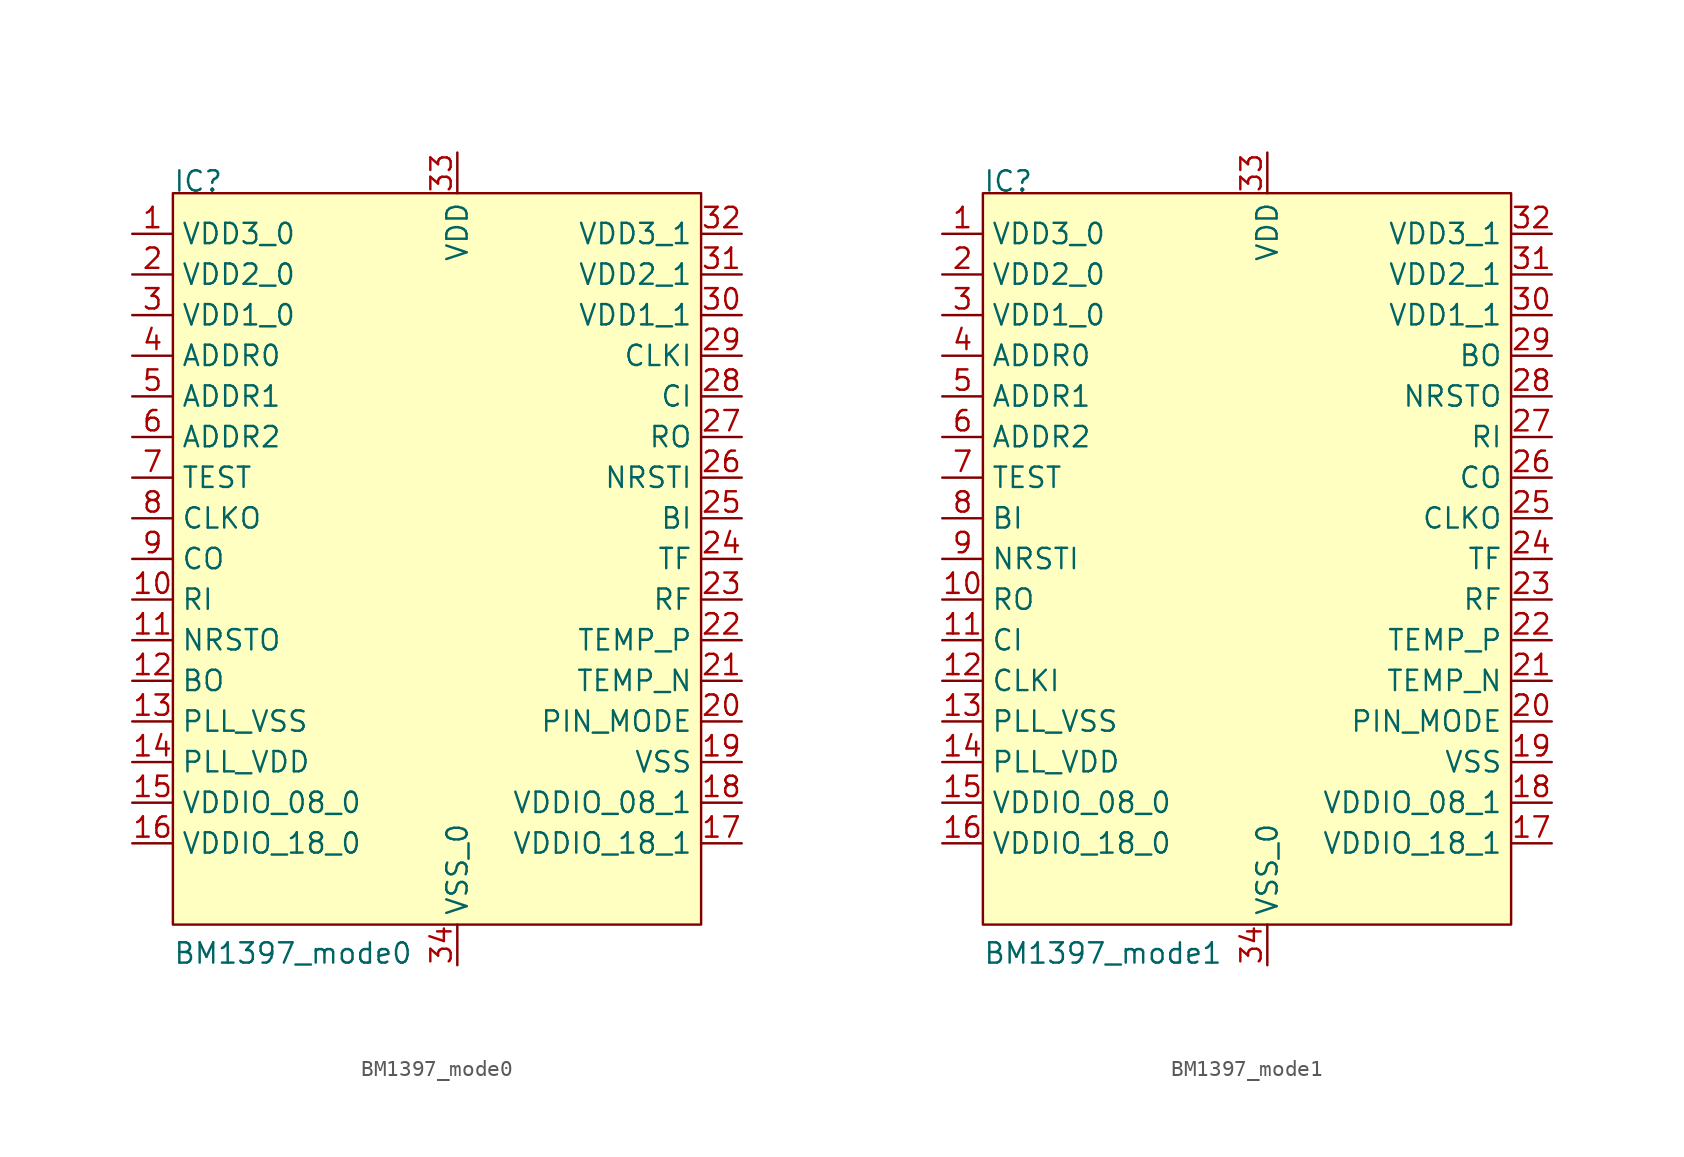
<source format=kicad_sym>
(kicad_symbol_lib
  (version 20211014)
  (generator kicad_symbol_editor)
  (symbol "BM1397_mode0"
    (property "Reference" "IC"
      (at -17.78 17.78 0)
      (effects (font (size 1.27 1.27)) (justify left bottom)))
    (property "Value" "BM1397_mode0"
      (at -17.78 -30.48 0)
      (effects (font (size 1.27 1.27)) (justify left bottom)))
    (symbol "BM1397_mode0_1_0"
      (pin bidirectional line (at -20.32 15.24 0) (length 2.54) (name "VDD3_0" (effects (font (size 1.27 1.27)))) (number "1" (effects (font (size 1.27 1.27)))))
      (pin bidirectional line (at -20.32 -7.62 0) (length 2.54) (name "RI" (effects (font (size 1.27 1.27)))) (number "10" (effects (font (size 1.27 1.27)))))
      (pin bidirectional line (at -20.32 -10.16 0) (length 2.54) (name "NRSTO" (effects (font (size 1.27 1.27)))) (number "11" (effects (font (size 1.27 1.27)))))
      (pin bidirectional line (at -20.32 -12.7 0) (length 2.54) (name "BO" (effects (font (size 1.27 1.27)))) (number "12" (effects (font (size 1.27 1.27)))))
      (pin bidirectional line (at -20.32 -15.24 0) (length 2.54) (name "PLL_VSS" (effects (font (size 1.27 1.27)))) (number "13" (effects (font (size 1.27 1.27)))))
      (pin bidirectional line (at -20.32 -17.78 0) (length 2.54) (name "PLL_VDD" (effects (font (size 1.27 1.27)))) (number "14" (effects (font (size 1.27 1.27)))))
      (pin bidirectional line (at -20.32 -20.32 0) (length 2.54) (name "VDDIO_08_0" (effects (font (size 1.27 1.27)))) (number "15" (effects (font (size 1.27 1.27)))))
      (pin bidirectional line (at -20.32 -22.86 0) (length 2.54) (name "VDDIO_18_0" (effects (font (size 1.27 1.27)))) (number "16" (effects (font (size 1.27 1.27)))))
      (pin bidirectional line (at 17.78 -22.86 180) (length 2.54) (name "VDDIO_18_1" (effects (font (size 1.27 1.27)))) (number "17" (effects (font (size 1.27 1.27)))))
      (pin bidirectional line (at 17.78 -20.32 180) (length 2.54) (name "VDDIO_08_1" (effects (font (size 1.27 1.27)))) (number "18" (effects (font (size 1.27 1.27)))))
      (pin bidirectional line (at 17.78 -17.78 180) (length 2.54) (name "VSS" (effects (font (size 1.27 1.27)))) (number "19" (effects (font (size 1.27 1.27)))))
      (pin bidirectional line (at -20.32 12.7 0) (length 2.54) (name "VDD2_0" (effects (font (size 1.27 1.27)))) (number "2" (effects (font (size 1.27 1.27)))))
      (pin bidirectional line (at 17.78 -15.24 180) (length 2.54) (name "PIN_MODE" (effects (font (size 1.27 1.27)))) (number "20" (effects (font (size 1.27 1.27)))))
      (pin bidirectional line (at 17.78 -12.7 180) (length 2.54) (name "TEMP_N" (effects (font (size 1.27 1.27)))) (number "21" (effects (font (size 1.27 1.27)))))
      (pin bidirectional line (at 17.78 -10.16 180) (length 2.54) (name "TEMP_P" (effects (font (size 1.27 1.27)))) (number "22" (effects (font (size 1.27 1.27)))))
      (pin bidirectional line (at 17.78 -7.62 180) (length 2.54) (name "RF" (effects (font (size 1.27 1.27)))) (number "23" (effects (font (size 1.27 1.27)))))
      (pin bidirectional line (at 17.78 -5.08 180) (length 2.54) (name "TF" (effects (font (size 1.27 1.27)))) (number "24" (effects (font (size 1.27 1.27)))))
      (pin bidirectional line (at 17.78 -2.54 180) (length 2.54) (name "BI" (effects (font (size 1.27 1.27)))) (number "25" (effects (font (size 1.27 1.27)))))
      (pin bidirectional line (at 17.78 0 180) (length 2.54) (name "NRSTI" (effects (font (size 1.27 1.27)))) (number "26" (effects (font (size 1.27 1.27)))))
      (pin bidirectional line (at 17.78 2.54 180) (length 2.54) (name "RO" (effects (font (size 1.27 1.27)))) (number "27" (effects (font (size 1.27 1.27)))))
      (pin bidirectional line (at 17.78 5.08 180) (length 2.54) (name "CI" (effects (font (size 1.27 1.27)))) (number "28" (effects (font (size 1.27 1.27)))))
      (pin bidirectional line (at 17.78 7.62 180) (length 2.54) (name "CLKI" (effects (font (size 1.27 1.27)))) (number "29" (effects (font (size 1.27 1.27)))))
      (pin bidirectional line (at -20.32 10.16 0) (length 2.54) (name "VDD1_0" (effects (font (size 1.27 1.27)))) (number "3" (effects (font (size 1.27 1.27)))))
      (pin bidirectional line (at 17.78 10.16 180) (length 2.54) (name "VDD1_1" (effects (font (size 1.27 1.27)))) (number "30" (effects (font (size 1.27 1.27)))))
      (pin bidirectional line (at 17.78 12.7 180) (length 2.54) (name "VDD2_1" (effects (font (size 1.27 1.27)))) (number "31" (effects (font (size 1.27 1.27)))))
      (pin bidirectional line (at 17.78 15.24 180) (length 2.54) (name "VDD3_1" (effects (font (size 1.27 1.27)))) (number "32" (effects (font (size 1.27 1.27)))))
      (pin bidirectional line (at 0 20.32 270) (length 2.54) (name "VDD" (effects (font (size 1.27 1.27)))) (number "33" (effects (font (size 1.27 1.27)))))
      (pin bidirectional line (at 0 -30.48 90) (length 2.54) (name "VSS_0" (effects (font (size 1.27 1.27)))) (number "34" (effects (font (size 1.27 1.27)))))
      (pin bidirectional line (at -20.32 7.62 0) (length 2.54) (name "ADDR0" (effects (font (size 1.27 1.27)))) (number "4" (effects (font (size 1.27 1.27)))))
      (pin bidirectional line (at -20.32 5.08 0) (length 2.54) (name "ADDR1" (effects (font (size 1.27 1.27)))) (number "5" (effects (font (size 1.27 1.27)))))
      (pin bidirectional line (at -20.32 2.54 0) (length 2.54) (name "ADDR2" (effects (font (size 1.27 1.27)))) (number "6" (effects (font (size 1.27 1.27)))))
      (pin bidirectional line (at -20.32 0 0) (length 2.54) (name "TEST" (effects (font (size 1.27 1.27)))) (number "7" (effects (font (size 1.27 1.27)))))
      (pin bidirectional line (at -20.32 -2.54 0) (length 2.54) (name "CLKO" (effects (font (size 1.27 1.27)))) (number "8" (effects (font (size 1.27 1.27)))))
      (pin bidirectional line (at -20.32 -5.08 0) (length 2.54) (name "CO" (effects (font (size 1.27 1.27)))) (number "9" (effects (font (size 1.27 1.27))))))
    (symbol "BM1397_mode0_1_1"
      (rectangle (start -17.78 17.78) (end 15.24 -27.94) (stroke (width 0.152) (type default) (color 0 0 0 0)) (fill (type background)))))
  (symbol "BM1397_mode1"
    (property "Reference" "IC"
      (at -17.78 17.78 0)
      (effects (font (size 1.27 1.27)) (justify left bottom)))
    (property "Value" "BM1397_mode1"
      (at -17.78 -30.48 0)
      (effects (font (size 1.27 1.27)) (justify left bottom)))
    (symbol "BM1397_mode1_1_0"
      (pin bidirectional line (at -20.32 15.24 0) (length 2.54) (name "VDD3_0" (effects (font (size 1.27 1.27)))) (number "1" (effects (font (size 1.27 1.27)))))
      (pin bidirectional line (at -20.32 -7.62 0) (length 2.54) (name "RO" (effects (font (size 1.27 1.27)))) (number "10" (effects (font (size 1.27 1.27)))))
      (pin bidirectional line (at -20.32 -10.16 0) (length 2.54) (name "CI" (effects (font (size 1.27 1.27)))) (number "11" (effects (font (size 1.27 1.27)))))
      (pin bidirectional line (at -20.32 -12.7 0) (length 2.54) (name "CLKI" (effects (font (size 1.27 1.27)))) (number "12" (effects (font (size 1.27 1.27)))))
      (pin bidirectional line (at -20.32 -15.24 0) (length 2.54) (name "PLL_VSS" (effects (font (size 1.27 1.27)))) (number "13" (effects (font (size 1.27 1.27)))))
      (pin bidirectional line (at -20.32 -17.78 0) (length 2.54) (name "PLL_VDD" (effects (font (size 1.27 1.27)))) (number "14" (effects (font (size 1.27 1.27)))))
      (pin bidirectional line (at -20.32 -20.32 0) (length 2.54) (name "VDDIO_08_0" (effects (font (size 1.27 1.27)))) (number "15" (effects (font (size 1.27 1.27)))))
      (pin bidirectional line (at -20.32 -22.86 0) (length 2.54) (name "VDDIO_18_0" (effects (font (size 1.27 1.27)))) (number "16" (effects (font (size 1.27 1.27)))))
      (pin bidirectional line (at 17.78 -22.86 180) (length 2.54) (name "VDDIO_18_1" (effects (font (size 1.27 1.27)))) (number "17" (effects (font (size 1.27 1.27)))))
      (pin bidirectional line (at 17.78 -20.32 180) (length 2.54) (name "VDDIO_08_1" (effects (font (size 1.27 1.27)))) (number "18" (effects (font (size 1.27 1.27)))))
      (pin bidirectional line (at 17.78 -17.78 180) (length 2.54) (name "VSS" (effects (font (size 1.27 1.27)))) (number "19" (effects (font (size 1.27 1.27)))))
      (pin bidirectional line (at -20.32 12.7 0) (length 2.54) (name "VDD2_0" (effects (font (size 1.27 1.27)))) (number "2" (effects (font (size 1.27 1.27)))))
      (pin bidirectional line (at 17.78 -15.24 180) (length 2.54) (name "PIN_MODE" (effects (font (size 1.27 1.27)))) (number "20" (effects (font (size 1.27 1.27)))))
      (pin bidirectional line (at 17.78 -12.7 180) (length 2.54) (name "TEMP_N" (effects (font (size 1.27 1.27)))) (number "21" (effects (font (size 1.27 1.27)))))
      (pin bidirectional line (at 17.78 -10.16 180) (length 2.54) (name "TEMP_P" (effects (font (size 1.27 1.27)))) (number "22" (effects (font (size 1.27 1.27)))))
      (pin bidirectional line (at 17.78 -7.62 180) (length 2.54) (name "RF" (effects (font (size 1.27 1.27)))) (number "23" (effects (font (size 1.27 1.27)))))
      (pin bidirectional line (at 17.78 -5.08 180) (length 2.54) (name "TF" (effects (font (size 1.27 1.27)))) (number "24" (effects (font (size 1.27 1.27)))))
      (pin bidirectional line (at 17.78 -2.54 180) (length 2.54) (name "CLKO" (effects (font (size 1.27 1.27)))) (number "25" (effects (font (size 1.27 1.27)))))
      (pin bidirectional line (at 17.78 0 180) (length 2.54) (name "CO" (effects (font (size 1.27 1.27)))) (number "26" (effects (font (size 1.27 1.27)))))
      (pin bidirectional line (at 17.78 2.54 180) (length 2.54) (name "RI" (effects (font (size 1.27 1.27)))) (number "27" (effects (font (size 1.27 1.27)))))
      (pin bidirectional line (at 17.78 5.08 180) (length 2.54) (name "NRSTO" (effects (font (size 1.27 1.27)))) (number "28" (effects (font (size 1.27 1.27)))))
      (pin bidirectional line (at 17.78 7.62 180) (length 2.54) (name "BO" (effects (font (size 1.27 1.27)))) (number "29" (effects (font (size 1.27 1.27)))))
      (pin bidirectional line (at -20.32 10.16 0) (length 2.54) (name "VDD1_0" (effects (font (size 1.27 1.27)))) (number "3" (effects (font (size 1.27 1.27)))))
      (pin bidirectional line (at 17.78 10.16 180) (length 2.54) (name "VDD1_1" (effects (font (size 1.27 1.27)))) (number "30" (effects (font (size 1.27 1.27)))))
      (pin bidirectional line (at 17.78 12.7 180) (length 2.54) (name "VDD2_1" (effects (font (size 1.27 1.27)))) (number "31" (effects (font (size 1.27 1.27)))))
      (pin bidirectional line (at 17.78 15.24 180) (length 2.54) (name "VDD3_1" (effects (font (size 1.27 1.27)))) (number "32" (effects (font (size 1.27 1.27)))))
      (pin bidirectional line (at 0 20.32 270) (length 2.54) (name "VDD" (effects (font (size 1.27 1.27)))) (number "33" (effects (font (size 1.27 1.27)))))
      (pin bidirectional line (at 0 -30.48 90) (length 2.54) (name "VSS_0" (effects (font (size 1.27 1.27)))) (number "34" (effects (font (size 1.27 1.27)))))
      (pin bidirectional line (at -20.32 7.62 0) (length 2.54) (name "ADDR0" (effects (font (size 1.27 1.27)))) (number "4" (effects (font (size 1.27 1.27)))))
      (pin bidirectional line (at -20.32 5.08 0) (length 2.54) (name "ADDR1" (effects (font (size 1.27 1.27)))) (number "5" (effects (font (size 1.27 1.27)))))
      (pin bidirectional line (at -20.32 2.54 0) (length 2.54) (name "ADDR2" (effects (font (size 1.27 1.27)))) (number "6" (effects (font (size 1.27 1.27)))))
      (pin bidirectional line (at -20.32 0 0) (length 2.54) (name "TEST" (effects (font (size 1.27 1.27)))) (number "7" (effects (font (size 1.27 1.27)))))
      (pin bidirectional line (at -20.32 -2.54 0) (length 2.54) (name "BI" (effects (font (size 1.27 1.27)))) (number "8" (effects (font (size 1.27 1.27)))))
      (pin bidirectional line (at -20.32 -5.08 0) (length 2.54) (name "NRSTI" (effects (font (size 1.27 1.27)))) (number "9" (effects (font (size 1.27 1.27))))))
    (symbol "BM1397_mode1_1_1"
      (rectangle (start -17.78 17.78) (end 15.24 -27.94) (stroke (width 0.152) (type default) (color 0 0 0 0)) (fill (type background))))))
</source>
